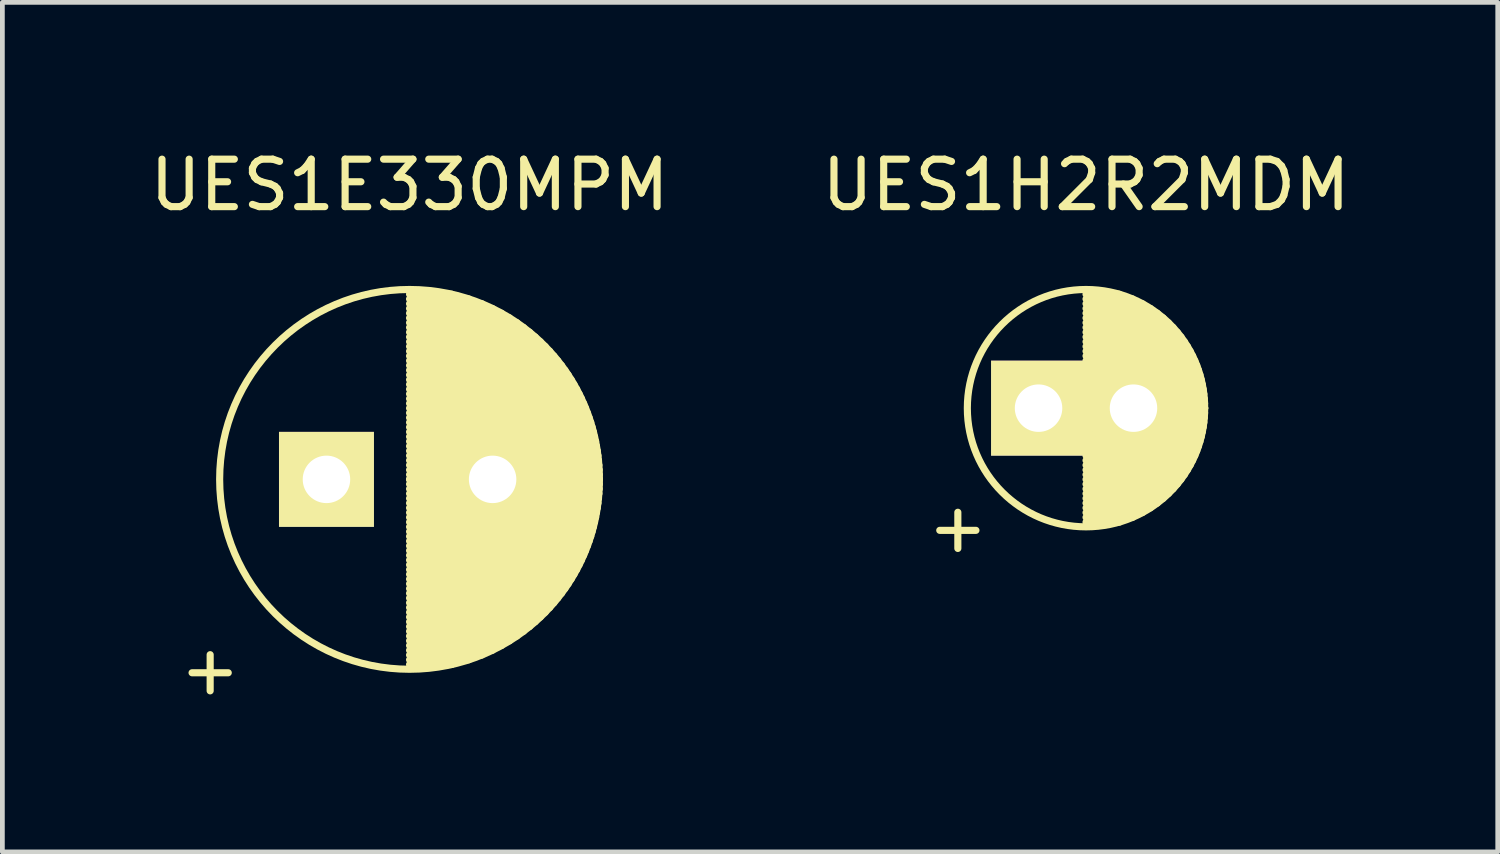
<source format=kicad_pcb>
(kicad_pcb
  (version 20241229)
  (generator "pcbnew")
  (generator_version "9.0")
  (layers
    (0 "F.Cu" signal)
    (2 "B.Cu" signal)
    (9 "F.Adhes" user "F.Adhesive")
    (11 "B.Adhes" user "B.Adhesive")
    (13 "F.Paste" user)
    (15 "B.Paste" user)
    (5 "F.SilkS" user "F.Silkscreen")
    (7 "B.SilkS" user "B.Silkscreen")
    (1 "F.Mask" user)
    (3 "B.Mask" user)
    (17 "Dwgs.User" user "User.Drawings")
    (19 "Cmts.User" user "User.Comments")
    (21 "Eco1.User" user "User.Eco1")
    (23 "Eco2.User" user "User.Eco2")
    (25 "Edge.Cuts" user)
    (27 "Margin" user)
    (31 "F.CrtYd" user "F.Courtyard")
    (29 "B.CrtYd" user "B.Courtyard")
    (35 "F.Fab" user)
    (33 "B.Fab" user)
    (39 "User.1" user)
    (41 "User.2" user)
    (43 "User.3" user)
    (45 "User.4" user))
  (footprint "UES1H2R2MDM"
    (layer "F.Cu")
    (at 18.827 5.548)
    (property "Reference" "UES1H2R2MDM" (at 1 -4.7 0) (layer "F.SilkS") (effects (font (size 1 1) (thickness 0.15))))
    (attr through_hole)
    (fp_line (start 1 -2.4) (end 1.7 -2.4) (stroke (width 0.15) (type solid)) (layer "F.SilkS"))
    (fp_line (start 1 -2.3) (end 1.98 -2.3) (stroke (width 0.15) (type solid)) (layer "F.SilkS"))
    (fp_line (start 1 -2.2) (end 2.187 -2.2) (stroke (width 0.15) (type solid)) (layer "F.SilkS"))
    (fp_line (start 1 -2.1) (end 2.356 -2.1) (stroke (width 0.15) (type solid)) (layer "F.SilkS"))
    (fp_line (start 1 -2) (end 2.5 -2) (stroke (width 0.15) (type solid)) (layer "F.SilkS"))
    (fp_line (start 1 -1.9) (end 2.625 -1.9) (stroke (width 0.15) (type solid)) (layer "F.SilkS"))
    (fp_line (start 1 -1.8) (end 2.735 -1.8) (stroke (width 0.15) (type solid)) (layer "F.SilkS"))
    (fp_line (start 1 -1.7) (end 2.833 -1.7) (stroke (width 0.15) (type solid)) (layer "F.SilkS"))
    (fp_line (start 1 -1.6) (end 2.921 -1.6) (stroke (width 0.15) (type solid)) (layer "F.SilkS"))
    (fp_line (start 1 -1.5) (end 3 -1.5) (stroke (width 0.15) (type solid)) (layer "F.SilkS"))
    (fp_line (start 1 -1.4) (end 3.071 -1.4) (stroke (width 0.15) (type solid)) (layer "F.SilkS"))
    (fp_line (start 1 -1.3) (end 3.135 -1.3) (stroke (width 0.15) (type solid)) (layer "F.SilkS"))
    (fp_line (start 1 -1.2) (end 3.193 -1.2) (stroke (width 0.15) (type solid)) (layer "F.SilkS"))
    (fp_line (start 1 -1.1) (end 3.245 -1.1) (stroke (width 0.15) (type solid)) (layer "F.SilkS"))
    (fp_line (start 1 -1) (end 3.291 -1) (stroke (width 0.15) (type solid)) (layer "F.SilkS"))
    (fp_line (start 1 -0.9) (end 3.332 -0.9) (stroke (width 0.15) (type solid)) (layer "F.SilkS"))
    (fp_line (start 1 -0.8) (end 3.369 -0.8) (stroke (width 0.15) (type solid)) (layer "F.SilkS"))
    (fp_line (start 1 -0.7) (end 3.4 -0.7) (stroke (width 0.15) (type solid)) (layer "F.SilkS"))
    (fp_line (start 1 -0.6) (end 3.427 -0.6) (stroke (width 0.15) (type solid)) (layer "F.SilkS"))
    (fp_line (start 1 -0.5) (end 3.449 -0.5) (stroke (width 0.15) (type solid)) (layer "F.SilkS"))
    (fp_line (start 1 -0.4) (end 3.468 -0.4) (stroke (width 0.15) (type solid)) (layer "F.SilkS"))
    (fp_line (start 1 -0.3) (end 3.482 -0.3) (stroke (width 0.15) (type solid)) (layer "F.SilkS"))
    (fp_line (start 1 -0.2) (end 3.492 -0.2) (stroke (width 0.15) (type solid)) (layer "F.SilkS"))
    (fp_line (start 1 -0.1) (end 3.498 -0.1) (stroke (width 0.15) (type solid)) (layer "F.SilkS"))
    (fp_line (start 1 0) (end 3.5 0) (stroke (width 0.15) (type solid)) (layer "F.SilkS"))
    (fp_line (start 1 0) (end 3.5 0) (stroke (width 0.15) (type solid)) (layer "F.SilkS"))
    (fp_line (start 1 0.1) (end 3.498 0.1) (stroke (width 0.15) (type solid)) (layer "F.SilkS"))
    (fp_line (start 1 0.2) (end 3.492 0.2) (stroke (width 0.15) (type solid)) (layer "F.SilkS"))
    (fp_line (start 1 0.3) (end 3.482 0.3) (stroke (width 0.15) (type solid)) (layer "F.SilkS"))
    (fp_line (start 1 0.4) (end 3.468 0.4) (stroke (width 0.15) (type solid)) (layer "F.SilkS"))
    (fp_line (start 1 0.5) (end 3.449 0.5) (stroke (width 0.15) (type solid)) (layer "F.SilkS"))
    (fp_line (start 1 0.6) (end 3.427 0.6) (stroke (width 0.15) (type solid)) (layer "F.SilkS"))
    (fp_line (start 1 0.7) (end 3.4 0.7) (stroke (width 0.15) (type solid)) (layer "F.SilkS"))
    (fp_line (start 1 0.8) (end 3.369 0.8) (stroke (width 0.15) (type solid)) (layer "F.SilkS"))
    (fp_line (start 1 0.9) (end 3.332 0.9) (stroke (width 0.15) (type solid)) (layer "F.SilkS"))
    (fp_line (start 1 1) (end 3.291 1) (stroke (width 0.15) (type solid)) (layer "F.SilkS"))
    (fp_line (start 1 1.1) (end 3.245 1.1) (stroke (width 0.15) (type solid)) (layer "F.SilkS"))
    (fp_line (start 1 1.2) (end 3.193 1.2) (stroke (width 0.15) (type solid)) (layer "F.SilkS"))
    (fp_line (start 1 1.3) (end 3.135 1.3) (stroke (width 0.15) (type solid)) (layer "F.SilkS"))
    (fp_line (start 1 1.4) (end 3.071 1.4) (stroke (width 0.15) (type solid)) (layer "F.SilkS"))
    (fp_line (start 1 1.5) (end 3 1.5) (stroke (width 0.15) (type solid)) (layer "F.SilkS"))
    (fp_line (start 1 1.6) (end 2.921 1.6) (stroke (width 0.15) (type solid)) (layer "F.SilkS"))
    (fp_line (start 1 1.7) (end 2.833 1.7) (stroke (width 0.15) (type solid)) (layer "F.SilkS"))
    (fp_line (start 1 1.8) (end 2.735 1.8) (stroke (width 0.15) (type solid)) (layer "F.SilkS"))
    (fp_line (start 1 1.9) (end 2.625 1.9) (stroke (width 0.15) (type solid)) (layer "F.SilkS"))
    (fp_line (start 1 2) (end 2.5 2) (stroke (width 0.15) (type solid)) (layer "F.SilkS"))
    (fp_line (start 1 2.1) (end 2.356 2.1) (stroke (width 0.15) (type solid)) (layer "F.SilkS"))
    (fp_line (start 1 2.2) (end 2.187 2.2) (stroke (width 0.15) (type solid)) (layer "F.SilkS"))
    (fp_line (start 1 2.3) (end 1.98 2.3) (stroke (width 0.15) (type solid)) (layer "F.SilkS"))
    (fp_line (start 1 2.4) (end 1.7 2.4) (stroke (width 0.15) (type solid)) (layer "F.SilkS"))
    (fp_circle (center 1 0) (end 1 -2.5) (stroke (width 0.15) (type solid)) (fill no) (layer "F.SilkS"))
    (fp_text user "+" (at -1.7 2.5 0) (layer "F.SilkS") (effects (font (size 1 1) (thickness 0.15))))
    (pad "1" thru_hole rect (at 0 0) (size 2 2) (drill 1) (layers "*.Cu" "*.Mask" "F.SilkS"))
    (pad "2" thru_hole circle (at 2 0) (size 2 2) (drill 1) (layers "*.Cu" "*.Mask" "F.SilkS")))
  (footprint "UES1E330MPM"
    (layer "F.Cu")
    (at 3.827 7.048)
    (property "Reference" "UES1E330MPM" (at 1.75 -6.2 0) (layer "F.SilkS") (effects (font (size 1 1) (thickness 0.15))))
    (attr through_hole)
    (fp_line (start 1.75 -3.9) (end 2.639 -3.9) (stroke (width 0.15) (type solid)) (layer "F.SilkS"))
    (fp_line (start 1.75 -3.8) (end 2.999 -3.8) (stroke (width 0.15) (type solid)) (layer "F.SilkS"))
    (fp_line (start 1.75 -3.7) (end 3.27 -3.7) (stroke (width 0.15) (type solid)) (layer "F.SilkS"))
    (fp_line (start 1.75 -3.6) (end 3.494 -3.6) (stroke (width 0.15) (type solid)) (layer "F.SilkS"))
    (fp_line (start 1.75 -3.5) (end 3.686 -3.5) (stroke (width 0.15) (type solid)) (layer "F.SilkS"))
    (fp_line (start 1.75 -3.4) (end 3.857 -3.4) (stroke (width 0.15) (type solid)) (layer "F.SilkS"))
    (fp_line (start 1.75 -3.3) (end 4.011 -3.3) (stroke (width 0.15) (type solid)) (layer "F.SilkS"))
    (fp_line (start 1.75 -3.2) (end 4.15 -3.2) (stroke (width 0.15) (type solid)) (layer "F.SilkS"))
    (fp_line (start 1.75 -3.1) (end 4.278 -3.1) (stroke (width 0.15) (type solid)) (layer "F.SilkS"))
    (fp_line (start 1.75 -3) (end 4.396 -3) (stroke (width 0.15) (type solid)) (layer "F.SilkS"))
    (fp_line (start 1.75 -2.9) (end 4.505 -2.9) (stroke (width 0.15) (type solid)) (layer "F.SilkS"))
    (fp_line (start 1.75 -2.8) (end 4.607 -2.8) (stroke (width 0.15) (type solid)) (layer "F.SilkS"))
    (fp_line (start 1.75 -2.7) (end 4.701 -2.7) (stroke (width 0.15) (type solid)) (layer "F.SilkS"))
    (fp_line (start 1.75 -2.6) (end 4.79 -2.6) (stroke (width 0.15) (type solid)) (layer "F.SilkS"))
    (fp_line (start 1.75 -2.5) (end 4.872 -2.5) (stroke (width 0.15) (type solid)) (layer "F.SilkS"))
    (fp_line (start 1.75 -2.4) (end 4.95 -2.4) (stroke (width 0.15) (type solid)) (layer "F.SilkS"))
    (fp_line (start 1.75 -2.3) (end 5.023 -2.3) (stroke (width 0.15) (type solid)) (layer "F.SilkS"))
    (fp_line (start 1.75 -2.2) (end 5.091 -2.2) (stroke (width 0.15) (type solid)) (layer "F.SilkS"))
    (fp_line (start 1.75 -2.1) (end 5.154 -2.1) (stroke (width 0.15) (type solid)) (layer "F.SilkS"))
    (fp_line (start 1.75 -2) (end 5.214 -2) (stroke (width 0.15) (type solid)) (layer "F.SilkS"))
    (fp_line (start 1.75 -1.9) (end 5.27 -1.9) (stroke (width 0.15) (type solid)) (layer "F.SilkS"))
    (fp_line (start 1.75 -1.8) (end 5.322 -1.8) (stroke (width 0.15) (type solid)) (layer "F.SilkS"))
    (fp_line (start 1.75 -1.7) (end 5.371 -1.7) (stroke (width 0.15) (type solid)) (layer "F.SilkS"))
    (fp_line (start 1.75 -1.6) (end 5.416 -1.6) (stroke (width 0.15) (type solid)) (layer "F.SilkS"))
    (fp_line (start 1.75 -1.5) (end 5.458 -1.5) (stroke (width 0.15) (type solid)) (layer "F.SilkS"))
    (fp_line (start 1.75 -1.4) (end 5.497 -1.4) (stroke (width 0.15) (type solid)) (layer "F.SilkS"))
    (fp_line (start 1.75 -1.3) (end 5.533 -1.3) (stroke (width 0.15) (type solid)) (layer "F.SilkS"))
    (fp_line (start 1.75 -1.2) (end 5.566 -1.2) (stroke (width 0.15) (type solid)) (layer "F.SilkS"))
    (fp_line (start 1.75 -1.1) (end 5.596 -1.1) (stroke (width 0.15) (type solid)) (layer "F.SilkS"))
    (fp_line (start 1.75 -1) (end 5.623 -1) (stroke (width 0.15) (type solid)) (layer "F.SilkS"))
    (fp_line (start 1.75 -0.9) (end 5.647 -0.9) (stroke (width 0.15) (type solid)) (layer "F.SilkS"))
    (fp_line (start 1.75 -0.8) (end 5.669 -0.8) (stroke (width 0.15) (type solid)) (layer "F.SilkS"))
    (fp_line (start 1.75 -0.7) (end 5.688 -0.7) (stroke (width 0.15) (type solid)) (layer "F.SilkS"))
    (fp_line (start 1.75 -0.6) (end 5.705 -0.6) (stroke (width 0.15) (type solid)) (layer "F.SilkS"))
    (fp_line (start 1.75 -0.5) (end 5.719 -0.5) (stroke (width 0.15) (type solid)) (layer "F.SilkS"))
    (fp_line (start 1.75 -0.4) (end 5.73 -0.4) (stroke (width 0.15) (type solid)) (layer "F.SilkS"))
    (fp_line (start 1.75 -0.3) (end 5.739 -0.3) (stroke (width 0.15) (type solid)) (layer "F.SilkS"))
    (fp_line (start 1.75 -0.2) (end 5.745 -0.2) (stroke (width 0.15) (type solid)) (layer "F.SilkS"))
    (fp_line (start 1.75 -0.1) (end 5.749 -0.1) (stroke (width 0.15) (type solid)) (layer "F.SilkS"))
    (fp_line (start 1.75 0) (end 5.75 0) (stroke (width 0.15) (type solid)) (layer "F.SilkS"))
    (fp_line (start 1.75 0) (end 5.75 0) (stroke (width 0.15) (type solid)) (layer "F.SilkS"))
    (fp_line (start 1.75 0.1) (end 5.749 0.1) (stroke (width 0.15) (type solid)) (layer "F.SilkS"))
    (fp_line (start 1.75 0.2) (end 5.745 0.2) (stroke (width 0.15) (type solid)) (layer "F.SilkS"))
    (fp_line (start 1.75 0.3) (end 5.739 0.3) (stroke (width 0.15) (type solid)) (layer "F.SilkS"))
    (fp_line (start 1.75 0.4) (end 5.73 0.4) (stroke (width 0.15) (type solid)) (layer "F.SilkS"))
    (fp_line (start 1.75 0.5) (end 5.719 0.5) (stroke (width 0.15) (type solid)) (layer "F.SilkS"))
    (fp_line (start 1.75 0.6) (end 5.705 0.6) (stroke (width 0.15) (type solid)) (layer "F.SilkS"))
    (fp_line (start 1.75 0.7) (end 5.688 0.7) (stroke (width 0.15) (type solid)) (layer "F.SilkS"))
    (fp_line (start 1.75 0.8) (end 5.669 0.8) (stroke (width 0.15) (type solid)) (layer "F.SilkS"))
    (fp_line (start 1.75 0.9) (end 5.647 0.9) (stroke (width 0.15) (type solid)) (layer "F.SilkS"))
    (fp_line (start 1.75 1) (end 5.623 1) (stroke (width 0.15) (type solid)) (layer "F.SilkS"))
    (fp_line (start 1.75 1.1) (end 5.596 1.1) (stroke (width 0.15) (type solid)) (layer "F.SilkS"))
    (fp_line (start 1.75 1.2) (end 5.566 1.2) (stroke (width 0.15) (type solid)) (layer "F.SilkS"))
    (fp_line (start 1.75 1.3) (end 5.533 1.3) (stroke (width 0.15) (type solid)) (layer "F.SilkS"))
    (fp_line (start 1.75 1.4) (end 5.497 1.4) (stroke (width 0.15) (type solid)) (layer "F.SilkS"))
    (fp_line (start 1.75 1.5) (end 5.458 1.5) (stroke (width 0.15) (type solid)) (layer "F.SilkS"))
    (fp_line (start 1.75 1.6) (end 5.416 1.6) (stroke (width 0.15) (type solid)) (layer "F.SilkS"))
    (fp_line (start 1.75 1.7) (end 5.371 1.7) (stroke (width 0.15) (type solid)) (layer "F.SilkS"))
    (fp_line (start 1.75 1.8) (end 5.322 1.8) (stroke (width 0.15) (type solid)) (layer "F.SilkS"))
    (fp_line (start 1.75 1.9) (end 5.27 1.9) (stroke (width 0.15) (type solid)) (layer "F.SilkS"))
    (fp_line (start 1.75 2) (end 5.214 2) (stroke (width 0.15) (type solid)) (layer "F.SilkS"))
    (fp_line (start 1.75 2.1) (end 5.154 2.1) (stroke (width 0.15) (type solid)) (layer "F.SilkS"))
    (fp_line (start 1.75 2.2) (end 5.091 2.2) (stroke (width 0.15) (type solid)) (layer "F.SilkS"))
    (fp_line (start 1.75 2.3) (end 5.023 2.3) (stroke (width 0.15) (type solid)) (layer "F.SilkS"))
    (fp_line (start 1.75 2.4) (end 4.95 2.4) (stroke (width 0.15) (type solid)) (layer "F.SilkS"))
    (fp_line (start 1.75 2.5) (end 4.872 2.5) (stroke (width 0.15) (type solid)) (layer "F.SilkS"))
    (fp_line (start 1.75 2.6) (end 4.79 2.6) (stroke (width 0.15) (type solid)) (layer "F.SilkS"))
    (fp_line (start 1.75 2.7) (end 4.701 2.7) (stroke (width 0.15) (type solid)) (layer "F.SilkS"))
    (fp_line (start 1.75 2.8) (end 4.607 2.8) (stroke (width 0.15) (type solid)) (layer "F.SilkS"))
    (fp_line (start 1.75 2.9) (end 4.505 2.9) (stroke (width 0.15) (type solid)) (layer "F.SilkS"))
    (fp_line (start 1.75 3) (end 4.396 3) (stroke (width 0.15) (type solid)) (layer "F.SilkS"))
    (fp_line (start 1.75 3.1) (end 4.278 3.1) (stroke (width 0.15) (type solid)) (layer "F.SilkS"))
    (fp_line (start 1.75 3.2) (end 4.15 3.2) (stroke (width 0.15) (type solid)) (layer "F.SilkS"))
    (fp_line (start 1.75 3.3) (end 4.011 3.3) (stroke (width 0.15) (type solid)) (layer "F.SilkS"))
    (fp_line (start 1.75 3.4) (end 3.857 3.4) (stroke (width 0.15) (type solid)) (layer "F.SilkS"))
    (fp_line (start 1.75 3.5) (end 3.686 3.5) (stroke (width 0.15) (type solid)) (layer "F.SilkS"))
    (fp_line (start 1.75 3.6) (end 3.494 3.6) (stroke (width 0.15) (type solid)) (layer "F.SilkS"))
    (fp_line (start 1.75 3.7) (end 3.27 3.7) (stroke (width 0.15) (type solid)) (layer "F.SilkS"))
    (fp_line (start 1.75 3.8) (end 2.999 3.8) (stroke (width 0.15) (type solid)) (layer "F.SilkS"))
    (fp_line (start 1.75 3.9) (end 2.639 3.9) (stroke (width 0.15) (type solid)) (layer "F.SilkS"))
    (fp_circle (center 1.75 0) (end 1.75 -4) (stroke (width 0.15) (type solid)) (fill no) (layer "F.SilkS"))
    (fp_text user "+" (at -2.45 4 0) (layer "F.SilkS") (effects (font (size 1 1) (thickness 0.15))))
    (pad "1" thru_hole rect (at 0 0) (size 2 2) (drill 1) (layers "*.Cu" "*.Mask" "F.SilkS"))
    (pad "2" thru_hole circle (at 3.5 0) (size 2 2) (drill 1) (layers "*.Cu" "*.Mask" "F.SilkS")))
  (gr_rect
    (start -3 -3)
    (end 28.5 14.896)
    (stroke (width 0.1) (type default))
    (fill no)
    (layer "Edge.Cuts")))
</source>
